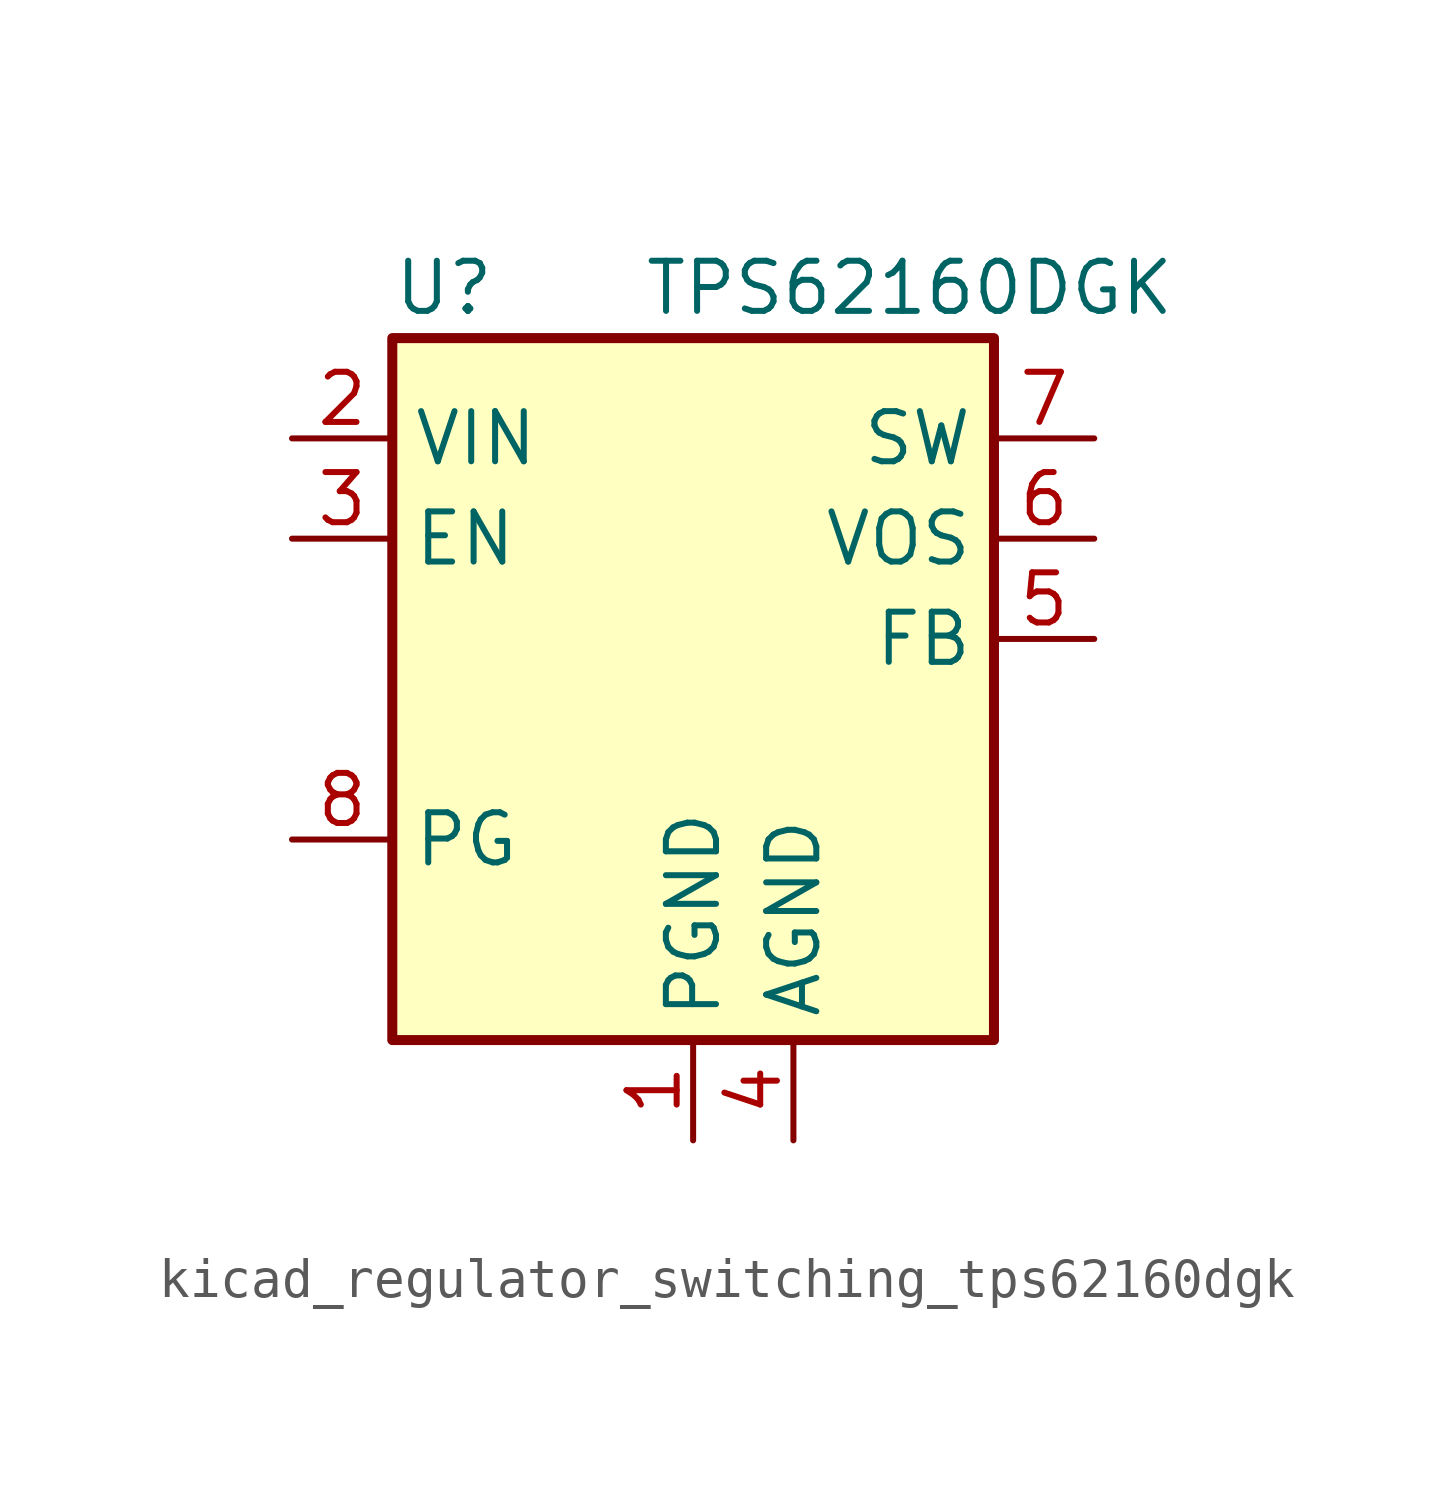
<source format=kicad_sym>
(kicad_symbol_lib
  (version 20220914)
  (generator kicad_symbol_editor)
  (symbol "kicad_regulator_switching_tps62160dgk"
    (property "Reference" "U"
      (at -7.62 11.43 0)
      (effects (font (size 1.27 1.27)) (justify left)))
    (property "Value" "TPS62160DGK"
      (at -1.27 11.43 0)
      (effects (font (size 1.27 1.27)) (justify left)))
    (symbol "kicad_regulator_switching_tps62160dgk_0_1"
      (rectangle (start -7.62 10.16) (end 7.62 -7.62) (stroke (width 0.254) (type default)) (fill (type background))))
    (symbol "kicad_regulator_switching_tps62160dgk_1_1"
      (pin power_in line (at 0 -10.16 90) (length 2.54) (name "PGND" (effects (font (size 1.27 1.27)))) (number "1" (effects (font (size 1.27 1.27)))))
      (pin power_in line (at -10.16 7.62 0) (length 2.54) (name "VIN" (effects (font (size 1.27 1.27)))) (number "2" (effects (font (size 1.27 1.27)))))
      (pin input line (at -10.16 5.08 0) (length 2.54) (name "EN" (effects (font (size 1.27 1.27)))) (number "3" (effects (font (size 1.27 1.27)))))
      (pin power_in line (at 2.54 -10.16 90) (length 2.54) (name "AGND" (effects (font (size 1.27 1.27)))) (number "4" (effects (font (size 1.27 1.27)))))
      (pin input line (at 10.16 2.54 180) (length 2.54) (name "FB" (effects (font (size 1.27 1.27)))) (number "5" (effects (font (size 1.27 1.27)))))
      (pin input line (at 10.16 5.08 180) (length 2.54) (name "VOS" (effects (font (size 1.27 1.27)))) (number "6" (effects (font (size 1.27 1.27)))))
      (pin output line (at 10.16 7.62 180) (length 2.54) (name "SW" (effects (font (size 1.27 1.27)))) (number "7" (effects (font (size 1.27 1.27)))))
      (pin open_collector line (at -10.16 -2.54 0) (length 2.54) (name "PG" (effects (font (size 1.27 1.27)))) (number "8" (effects (font (size 1.27 1.27))))))))
</source>
